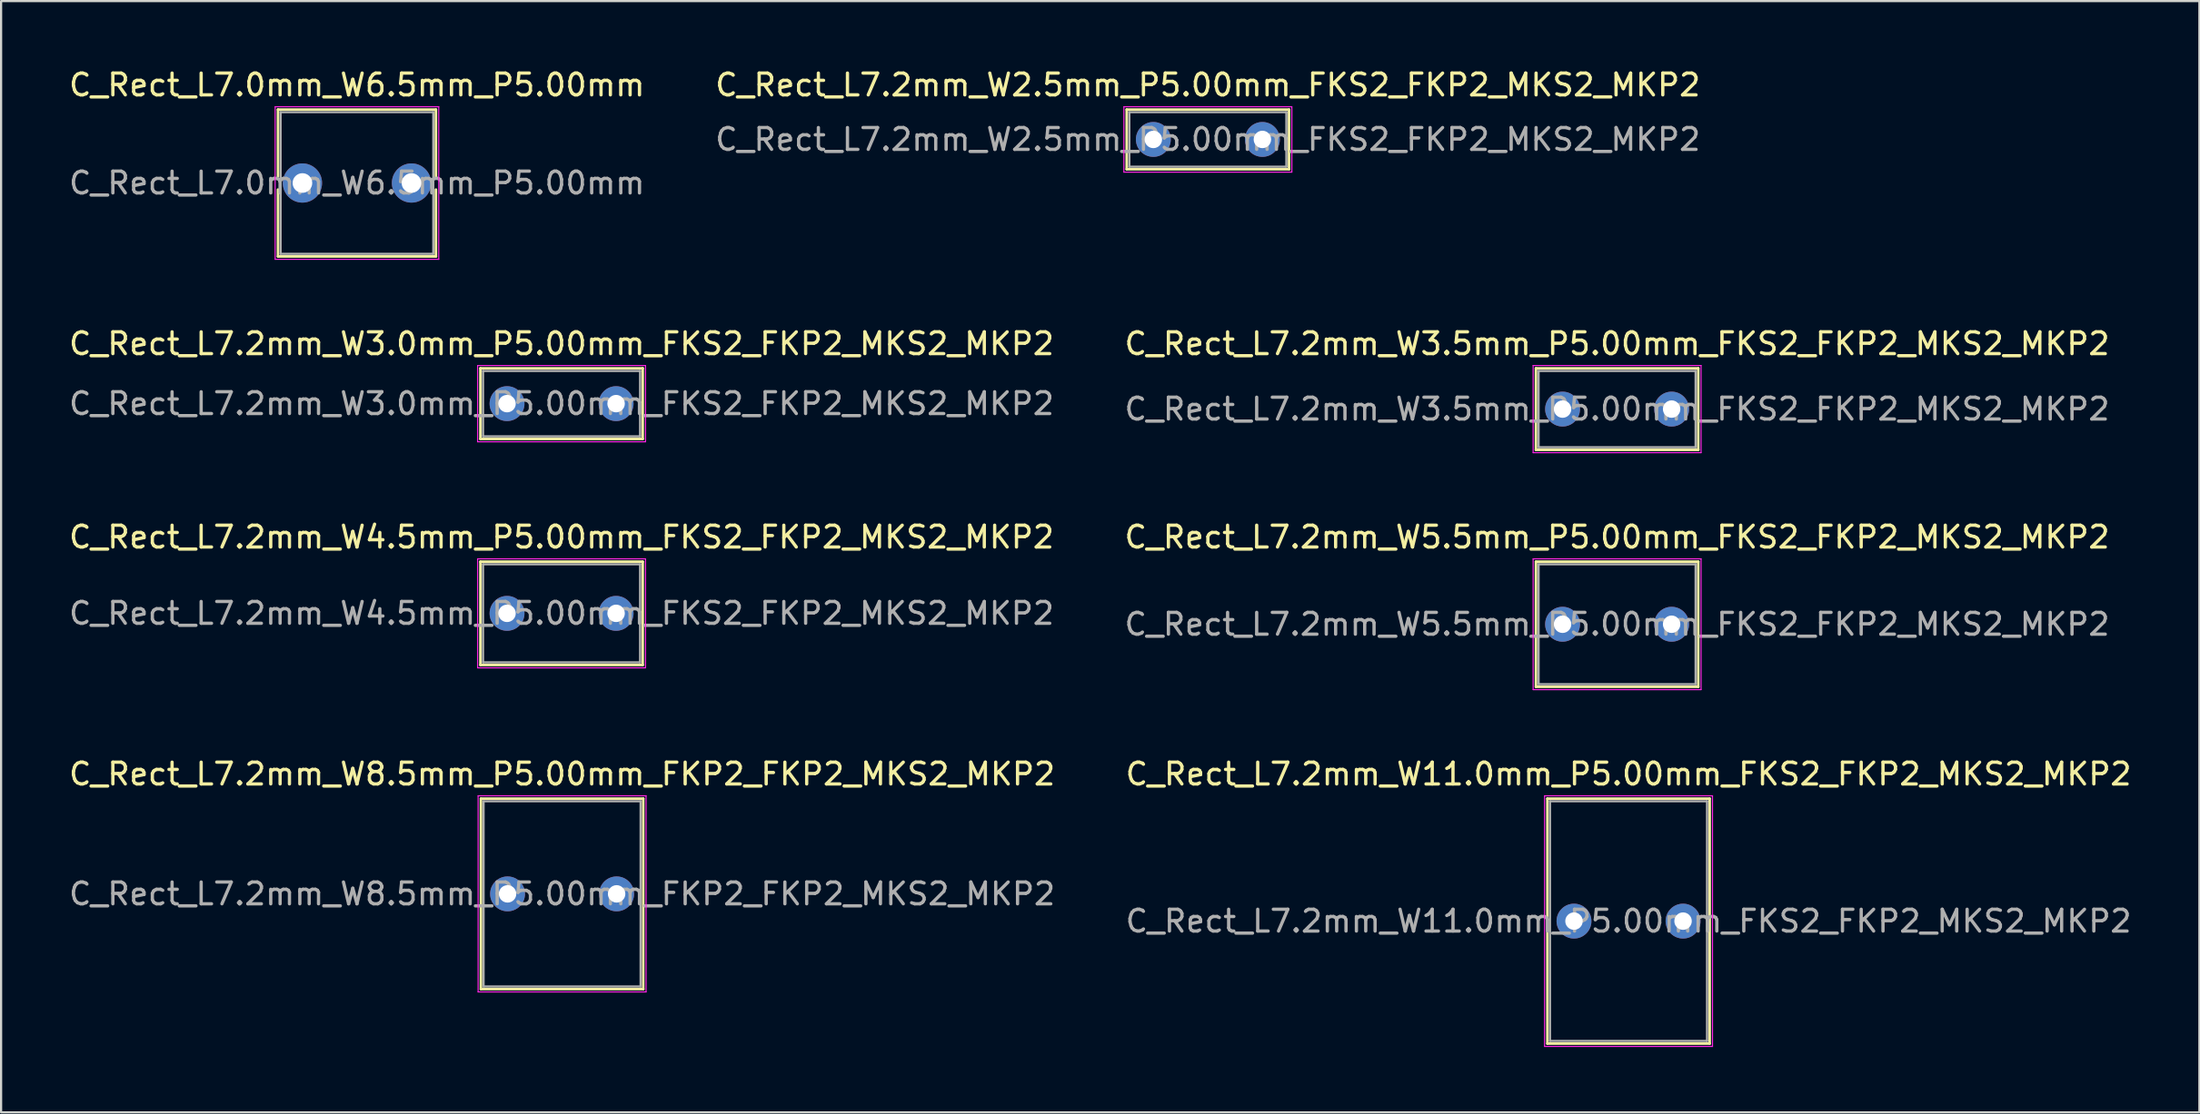
<source format=kicad_pcb>
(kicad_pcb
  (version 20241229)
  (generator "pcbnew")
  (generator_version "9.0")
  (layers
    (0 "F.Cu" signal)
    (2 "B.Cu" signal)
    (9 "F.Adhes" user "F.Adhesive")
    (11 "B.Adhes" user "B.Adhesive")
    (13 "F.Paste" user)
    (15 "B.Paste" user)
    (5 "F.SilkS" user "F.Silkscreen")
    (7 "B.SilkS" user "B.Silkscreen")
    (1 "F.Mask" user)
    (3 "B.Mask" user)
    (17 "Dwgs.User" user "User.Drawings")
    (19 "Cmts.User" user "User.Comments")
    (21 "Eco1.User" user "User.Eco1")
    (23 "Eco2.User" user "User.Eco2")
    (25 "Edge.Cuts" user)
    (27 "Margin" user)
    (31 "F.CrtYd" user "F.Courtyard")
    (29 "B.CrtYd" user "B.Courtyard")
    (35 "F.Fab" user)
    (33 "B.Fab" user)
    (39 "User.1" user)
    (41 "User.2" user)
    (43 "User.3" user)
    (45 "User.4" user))
  (footprint "C_Rect_L7.2mm_W3.0mm_P5.00mm_FKS2_FKP2_MKS2_MKP2"
    (layer "F.Cu")
    (at 20.196 15.472)
    (property "Reference" "C_Rect_L7.2mm_W3.0mm_P5.00mm_FKS2_FKP2_MKS2_MKP2" (at 2.5 -2.75 0) (layer "F.SilkS") (effects (font (size 1 1) (thickness 0.15))))
    (attr through_hole)
    (fp_line (start -1.22 -1.62) (end -1.22 1.62) (stroke (width 0.12) (type solid)) (layer "F.SilkS"))
    (fp_line (start -1.22 -1.62) (end 6.22 -1.62) (stroke (width 0.12) (type solid)) (layer "F.SilkS"))
    (fp_line (start -1.22 1.62) (end 6.22 1.62) (stroke (width 0.12) (type solid)) (layer "F.SilkS"))
    (fp_line (start 6.22 -1.62) (end 6.22 1.62) (stroke (width 0.12) (type solid)) (layer "F.SilkS"))
    (fp_line (start -1.35 -1.75) (end -1.35 1.75) (stroke (width 0.05) (type solid)) (layer "F.CrtYd"))
    (fp_line (start -1.35 1.75) (end 6.35 1.75) (stroke (width 0.05) (type solid)) (layer "F.CrtYd"))
    (fp_line (start 6.35 -1.75) (end -1.35 -1.75) (stroke (width 0.05) (type solid)) (layer "F.CrtYd"))
    (fp_line (start 6.35 1.75) (end 6.35 -1.75) (stroke (width 0.05) (type solid)) (layer "F.CrtYd"))
    (fp_line (start -1.1 -1.5) (end -1.1 1.5) (stroke (width 0.1) (type solid)) (layer "F.Fab"))
    (fp_line (start -1.1 1.5) (end 6.1 1.5) (stroke (width 0.1) (type solid)) (layer "F.Fab"))
    (fp_line (start 6.1 -1.5) (end -1.1 -1.5) (stroke (width 0.1) (type solid)) (layer "F.Fab"))
    (fp_line (start 6.1 1.5) (end 6.1 -1.5) (stroke (width 0.1) (type solid)) (layer "F.Fab"))
    (fp_text user "${REFERENCE}" (at 2.5 0 0) (layer "F.Fab") (effects (font (size 1 1) (thickness 0.15))))
    (pad "1" thru_hole circle (at 0 0) (size 1.6 1.6) (drill 0.8) (layers "*.Cu" "*.Mask"))
    (pad "2" thru_hole circle (at 5 0) (size 1.6 1.6) (drill 0.8) (layers "*.Cu" "*.Mask")))
  (footprint "C_Rect_L7.0mm_W6.5mm_P5.00mm"
    (layer "F.Cu")
    (at 10.815 5.348)
    (property "Reference" "C_Rect_L7.0mm_W6.5mm_P5.00mm" (at 2.5 -4.5 0) (layer "F.SilkS") (effects (font (size 1 1) (thickness 0.15))))
    (attr through_hole)
    (fp_line (start -1.12 -3.37) (end -1.12 -0.301) (stroke (width 0.12) (type solid)) (layer "F.SilkS"))
    (fp_line (start -1.12 -3.37) (end 6.12 -3.37) (stroke (width 0.12) (type solid)) (layer "F.SilkS"))
    (fp_line (start -1.12 0.301) (end -1.12 3.37) (stroke (width 0.12) (type solid)) (layer "F.SilkS"))
    (fp_line (start -1.12 3.37) (end 6.12 3.37) (stroke (width 0.12) (type solid)) (layer "F.SilkS"))
    (fp_line (start 6.12 -3.37) (end 6.12 -0.301) (stroke (width 0.12) (type solid)) (layer "F.SilkS"))
    (fp_line (start 6.12 0.301) (end 6.12 3.37) (stroke (width 0.12) (type solid)) (layer "F.SilkS"))
    (fp_line (start -1.25 -3.5) (end -1.25 3.5) (stroke (width 0.05) (type solid)) (layer "F.CrtYd"))
    (fp_line (start -1.25 3.5) (end 6.25 3.5) (stroke (width 0.05) (type solid)) (layer "F.CrtYd"))
    (fp_line (start 6.25 -3.5) (end -1.25 -3.5) (stroke (width 0.05) (type solid)) (layer "F.CrtYd"))
    (fp_line (start 6.25 3.5) (end 6.25 -3.5) (stroke (width 0.05) (type solid)) (layer "F.CrtYd"))
    (fp_line (start -1 -3.25) (end -1 3.25) (stroke (width 0.1) (type solid)) (layer "F.Fab"))
    (fp_line (start -1 3.25) (end 6 3.25) (stroke (width 0.1) (type solid)) (layer "F.Fab"))
    (fp_line (start 6 -3.25) (end -1 -3.25) (stroke (width 0.1) (type solid)) (layer "F.Fab"))
    (fp_line (start 6 3.25) (end 6 -3.25) (stroke (width 0.1) (type solid)) (layer "F.Fab"))
    (fp_text user "${REFERENCE}" (at 2.5 0 0) (layer "F.Fab") (effects (font (size 1 1) (thickness 0.15))))
    (pad "1" thru_hole circle (at 0 0) (size 1.8 1.8) (drill 0.9) (layers "*.Cu" "*.Mask"))
    (pad "2" thru_hole circle (at 5 0) (size 1.8 1.8) (drill 0.9) (layers "*.Cu" "*.Mask")))
  (footprint "C_Rect_L7.2mm_W3.5mm_P5.00mm_FKS2_FKP2_MKS2_MKP2"
    (layer "F.Cu")
    (at 68.589 15.722)
    (property "Reference" "C_Rect_L7.2mm_W3.5mm_P5.00mm_FKS2_FKP2_MKS2_MKP2" (at 2.5 -3 0) (layer "F.SilkS") (effects (font (size 1 1) (thickness 0.15))))
    (attr through_hole)
    (fp_line (start -1.22 -1.87) (end -1.22 1.87) (stroke (width 0.12) (type solid)) (layer "F.SilkS"))
    (fp_line (start -1.22 -1.87) (end 6.22 -1.87) (stroke (width 0.12) (type solid)) (layer "F.SilkS"))
    (fp_line (start -1.22 1.87) (end 6.22 1.87) (stroke (width 0.12) (type solid)) (layer "F.SilkS"))
    (fp_line (start 6.22 -1.87) (end 6.22 1.87) (stroke (width 0.12) (type solid)) (layer "F.SilkS"))
    (fp_line (start -1.35 -2) (end -1.35 2) (stroke (width 0.05) (type solid)) (layer "F.CrtYd"))
    (fp_line (start -1.35 2) (end 6.35 2) (stroke (width 0.05) (type solid)) (layer "F.CrtYd"))
    (fp_line (start 6.35 -2) (end -1.35 -2) (stroke (width 0.05) (type solid)) (layer "F.CrtYd"))
    (fp_line (start 6.35 2) (end 6.35 -2) (stroke (width 0.05) (type solid)) (layer "F.CrtYd"))
    (fp_line (start -1.1 -1.75) (end -1.1 1.75) (stroke (width 0.1) (type solid)) (layer "F.Fab"))
    (fp_line (start -1.1 1.75) (end 6.1 1.75) (stroke (width 0.1) (type solid)) (layer "F.Fab"))
    (fp_line (start 6.1 -1.75) (end -1.1 -1.75) (stroke (width 0.1) (type solid)) (layer "F.Fab"))
    (fp_line (start 6.1 1.75) (end 6.1 -1.75) (stroke (width 0.1) (type solid)) (layer "F.Fab"))
    (fp_text user "${REFERENCE}" (at 2.5 0 0) (layer "F.Fab") (effects (font (size 1 1) (thickness 0.15))))
    (pad "1" thru_hole circle (at 0 0) (size 1.6 1.6) (drill 0.8) (layers "*.Cu" "*.Mask"))
    (pad "2" thru_hole circle (at 5 0) (size 1.6 1.6) (drill 0.8) (layers "*.Cu" "*.Mask")))
  (footprint "C_Rect_L7.2mm_W4.5mm_P5.00mm_FKS2_FKP2_MKS2_MKP2"
    (layer "F.Cu")
    (at 20.196 25.095)
    (property "Reference" "C_Rect_L7.2mm_W4.5mm_P5.00mm_FKS2_FKP2_MKS2_MKP2" (at 2.5 -3.5 0) (layer "F.SilkS") (effects (font (size 1 1) (thickness 0.15))))
    (attr through_hole)
    (fp_line (start -1.22 -2.37) (end -1.22 2.37) (stroke (width 0.12) (type solid)) (layer "F.SilkS"))
    (fp_line (start -1.22 -2.37) (end 6.22 -2.37) (stroke (width 0.12) (type solid)) (layer "F.SilkS"))
    (fp_line (start -1.22 2.37) (end 6.22 2.37) (stroke (width 0.12) (type solid)) (layer "F.SilkS"))
    (fp_line (start 6.22 -2.37) (end 6.22 2.37) (stroke (width 0.12) (type solid)) (layer "F.SilkS"))
    (fp_line (start -1.35 -2.5) (end -1.35 2.5) (stroke (width 0.05) (type solid)) (layer "F.CrtYd"))
    (fp_line (start -1.35 2.5) (end 6.35 2.5) (stroke (width 0.05) (type solid)) (layer "F.CrtYd"))
    (fp_line (start 6.35 -2.5) (end -1.35 -2.5) (stroke (width 0.05) (type solid)) (layer "F.CrtYd"))
    (fp_line (start 6.35 2.5) (end 6.35 -2.5) (stroke (width 0.05) (type solid)) (layer "F.CrtYd"))
    (fp_line (start -1.1 -2.25) (end -1.1 2.25) (stroke (width 0.1) (type solid)) (layer "F.Fab"))
    (fp_line (start -1.1 2.25) (end 6.1 2.25) (stroke (width 0.1) (type solid)) (layer "F.Fab"))
    (fp_line (start 6.1 -2.25) (end -1.1 -2.25) (stroke (width 0.1) (type solid)) (layer "F.Fab"))
    (fp_line (start 6.1 2.25) (end 6.1 -2.25) (stroke (width 0.1) (type solid)) (layer "F.Fab"))
    (fp_text user "${REFERENCE}" (at 2.5 0 0) (layer "F.Fab") (effects (font (size 1 1) (thickness 0.15))))
    (pad "1" thru_hole circle (at 0 0) (size 1.6 1.6) (drill 0.8) (layers "*.Cu" "*.Mask"))
    (pad "2" thru_hole circle (at 5 0) (size 1.6 1.6) (drill 0.8) (layers "*.Cu" "*.Mask")))
  (footprint "C_Rect_L7.2mm_W11.0mm_P5.00mm_FKS2_FKP2_MKS2_MKP2"
    (layer "F.Cu")
    (at 69.113 39.218)
    (property "Reference" "C_Rect_L7.2mm_W11.0mm_P5.00mm_FKS2_FKP2_MKS2_MKP2" (at 2.5 -6.75 0) (layer "F.SilkS") (effects (font (size 1 1) (thickness 0.15))))
    (attr through_hole)
    (fp_line (start -1.22 -5.62) (end -1.22 5.62) (stroke (width 0.12) (type solid)) (layer "F.SilkS"))
    (fp_line (start -1.22 -5.62) (end 6.22 -5.62) (stroke (width 0.12) (type solid)) (layer "F.SilkS"))
    (fp_line (start -1.22 5.62) (end 6.22 5.62) (stroke (width 0.12) (type solid)) (layer "F.SilkS"))
    (fp_line (start 6.22 -5.62) (end 6.22 5.62) (stroke (width 0.12) (type solid)) (layer "F.SilkS"))
    (fp_line (start -1.35 -5.75) (end -1.35 5.75) (stroke (width 0.05) (type solid)) (layer "F.CrtYd"))
    (fp_line (start -1.35 5.75) (end 6.35 5.75) (stroke (width 0.05) (type solid)) (layer "F.CrtYd"))
    (fp_line (start 6.35 -5.75) (end -1.35 -5.75) (stroke (width 0.05) (type solid)) (layer "F.CrtYd"))
    (fp_line (start 6.35 5.75) (end 6.35 -5.75) (stroke (width 0.05) (type solid)) (layer "F.CrtYd"))
    (fp_line (start -1.1 -5.5) (end -1.1 5.5) (stroke (width 0.1) (type solid)) (layer "F.Fab"))
    (fp_line (start -1.1 5.5) (end 6.1 5.5) (stroke (width 0.1) (type solid)) (layer "F.Fab"))
    (fp_line (start 6.1 -5.5) (end -1.1 -5.5) (stroke (width 0.1) (type solid)) (layer "F.Fab"))
    (fp_line (start 6.1 5.5) (end 6.1 -5.5) (stroke (width 0.1) (type solid)) (layer "F.Fab"))
    (fp_text user "${REFERENCE}" (at 2.5 0 0) (layer "F.Fab") (effects (font (size 1 1) (thickness 0.15))))
    (pad "1" thru_hole circle (at 0 0) (size 1.6 1.6) (drill 0.8) (layers "*.Cu" "*.Mask"))
    (pad "2" thru_hole circle (at 5 0) (size 1.6 1.6) (drill 0.8) (layers "*.Cu" "*.Mask")))
  (footprint "C_Rect_L7.2mm_W5.5mm_P5.00mm_FKS2_FKP2_MKS2_MKP2"
    (layer "F.Cu")
    (at 68.589 25.595)
    (property "Reference" "C_Rect_L7.2mm_W5.5mm_P5.00mm_FKS2_FKP2_MKS2_MKP2" (at 2.5 -4 0) (layer "F.SilkS") (effects (font (size 1 1) (thickness 0.15))))
    (attr through_hole)
    (fp_line (start -1.22 -2.87) (end -1.22 2.87) (stroke (width 0.12) (type solid)) (layer "F.SilkS"))
    (fp_line (start -1.22 -2.87) (end 6.22 -2.87) (stroke (width 0.12) (type solid)) (layer "F.SilkS"))
    (fp_line (start -1.22 2.87) (end 6.22 2.87) (stroke (width 0.12) (type solid)) (layer "F.SilkS"))
    (fp_line (start 6.22 -2.87) (end 6.22 2.87) (stroke (width 0.12) (type solid)) (layer "F.SilkS"))
    (fp_line (start -1.35 -3) (end -1.35 3) (stroke (width 0.05) (type solid)) (layer "F.CrtYd"))
    (fp_line (start -1.35 3) (end 6.35 3) (stroke (width 0.05) (type solid)) (layer "F.CrtYd"))
    (fp_line (start 6.35 -3) (end -1.35 -3) (stroke (width 0.05) (type solid)) (layer "F.CrtYd"))
    (fp_line (start 6.35 3) (end 6.35 -3) (stroke (width 0.05) (type solid)) (layer "F.CrtYd"))
    (fp_line (start -1.1 -2.75) (end -1.1 2.75) (stroke (width 0.1) (type solid)) (layer "F.Fab"))
    (fp_line (start -1.1 2.75) (end 6.1 2.75) (stroke (width 0.1) (type solid)) (layer "F.Fab"))
    (fp_line (start 6.1 -2.75) (end -1.1 -2.75) (stroke (width 0.1) (type solid)) (layer "F.Fab"))
    (fp_line (start 6.1 2.75) (end 6.1 -2.75) (stroke (width 0.1) (type solid)) (layer "F.Fab"))
    (fp_text user "${REFERENCE}" (at 2.5 0 0) (layer "F.Fab") (effects (font (size 1 1) (thickness 0.15))))
    (pad "1" thru_hole circle (at 0 0) (size 1.6 1.6) (drill 0.8) (layers "*.Cu" "*.Mask"))
    (pad "2" thru_hole circle (at 5 0) (size 1.6 1.6) (drill 0.8) (layers "*.Cu" "*.Mask")))
  (footprint "C_Rect_L7.2mm_W2.5mm_P5.00mm_FKS2_FKP2_MKS2_MKP2"
    (layer "F.Cu")
    (at 49.827 3.348)
    (property "Reference" "C_Rect_L7.2mm_W2.5mm_P5.00mm_FKS2_FKP2_MKS2_MKP2" (at 2.5 -2.5 0) (layer "F.SilkS") (effects (font (size 1 1) (thickness 0.15))))
    (attr through_hole)
    (fp_line (start -1.22 -1.37) (end -1.22 1.37) (stroke (width 0.12) (type solid)) (layer "F.SilkS"))
    (fp_line (start -1.22 -1.37) (end 6.22 -1.37) (stroke (width 0.12) (type solid)) (layer "F.SilkS"))
    (fp_line (start -1.22 1.37) (end 6.22 1.37) (stroke (width 0.12) (type solid)) (layer "F.SilkS"))
    (fp_line (start 6.22 -1.37) (end 6.22 1.37) (stroke (width 0.12) (type solid)) (layer "F.SilkS"))
    (fp_line (start -1.35 -1.5) (end -1.35 1.5) (stroke (width 0.05) (type solid)) (layer "F.CrtYd"))
    (fp_line (start -1.35 1.5) (end 6.35 1.5) (stroke (width 0.05) (type solid)) (layer "F.CrtYd"))
    (fp_line (start 6.35 -1.5) (end -1.35 -1.5) (stroke (width 0.05) (type solid)) (layer "F.CrtYd"))
    (fp_line (start 6.35 1.5) (end 6.35 -1.5) (stroke (width 0.05) (type solid)) (layer "F.CrtYd"))
    (fp_line (start -1.1 -1.25) (end -1.1 1.25) (stroke (width 0.1) (type solid)) (layer "F.Fab"))
    (fp_line (start -1.1 1.25) (end 6.1 1.25) (stroke (width 0.1) (type solid)) (layer "F.Fab"))
    (fp_line (start 6.1 -1.25) (end -1.1 -1.25) (stroke (width 0.1) (type solid)) (layer "F.Fab"))
    (fp_line (start 6.1 1.25) (end 6.1 -1.25) (stroke (width 0.1) (type solid)) (layer "F.Fab"))
    (fp_text user "${REFERENCE}" (at 2.5 0 0) (layer "F.Fab") (effects (font (size 1 1) (thickness 0.15))))
    (pad "1" thru_hole circle (at 0 0) (size 1.6 1.6) (drill 0.8) (layers "*.Cu" "*.Mask"))
    (pad "2" thru_hole circle (at 5 0) (size 1.6 1.6) (drill 0.8) (layers "*.Cu" "*.Mask")))
  (footprint "C_Rect_L7.2mm_W8.5mm_P5.00mm_FKP2_FKP2_MKS2_MKP2"
    (layer "F.Cu")
    (at 20.22 37.968)
    (property "Reference" "C_Rect_L7.2mm_W8.5mm_P5.00mm_FKP2_FKP2_MKS2_MKP2" (at 2.5 -5.5 0) (layer "F.SilkS") (effects (font (size 1 1) (thickness 0.15))))
    (attr through_hole)
    (fp_line (start -1.22 -4.37) (end -1.22 4.37) (stroke (width 0.12) (type solid)) (layer "F.SilkS"))
    (fp_line (start -1.22 -4.37) (end 6.22 -4.37) (stroke (width 0.12) (type solid)) (layer "F.SilkS"))
    (fp_line (start -1.22 4.37) (end 6.22 4.37) (stroke (width 0.12) (type solid)) (layer "F.SilkS"))
    (fp_line (start 6.22 -4.37) (end 6.22 4.37) (stroke (width 0.12) (type solid)) (layer "F.SilkS"))
    (fp_line (start -1.35 -4.5) (end -1.35 4.5) (stroke (width 0.05) (type solid)) (layer "F.CrtYd"))
    (fp_line (start -1.35 4.5) (end 6.35 4.5) (stroke (width 0.05) (type solid)) (layer "F.CrtYd"))
    (fp_line (start 6.35 -4.5) (end -1.35 -4.5) (stroke (width 0.05) (type solid)) (layer "F.CrtYd"))
    (fp_line (start 6.35 4.5) (end 6.35 -4.5) (stroke (width 0.05) (type solid)) (layer "F.CrtYd"))
    (fp_line (start -1.1 -4.25) (end -1.1 4.25) (stroke (width 0.1) (type solid)) (layer "F.Fab"))
    (fp_line (start -1.1 4.25) (end 6.1 4.25) (stroke (width 0.1) (type solid)) (layer "F.Fab"))
    (fp_line (start 6.1 -4.25) (end -1.1 -4.25) (stroke (width 0.1) (type solid)) (layer "F.Fab"))
    (fp_line (start 6.1 4.25) (end 6.1 -4.25) (stroke (width 0.1) (type solid)) (layer "F.Fab"))
    (fp_text user "${REFERENCE}" (at 2.5 0 0) (layer "F.Fab") (effects (font (size 1 1) (thickness 0.15))))
    (pad "1" thru_hole circle (at 0 0) (size 1.6 1.6) (drill 0.8) (layers "*.Cu" "*.Mask"))
    (pad "2" thru_hole circle (at 5 0) (size 1.6 1.6) (drill 0.8) (layers "*.Cu" "*.Mask")))
  (gr_rect
    (start -3 -3)
    (end 97.786 47.993)
    (stroke (width 0.1) (type default))
    (fill no)
    (layer "Edge.Cuts")))
</source>
